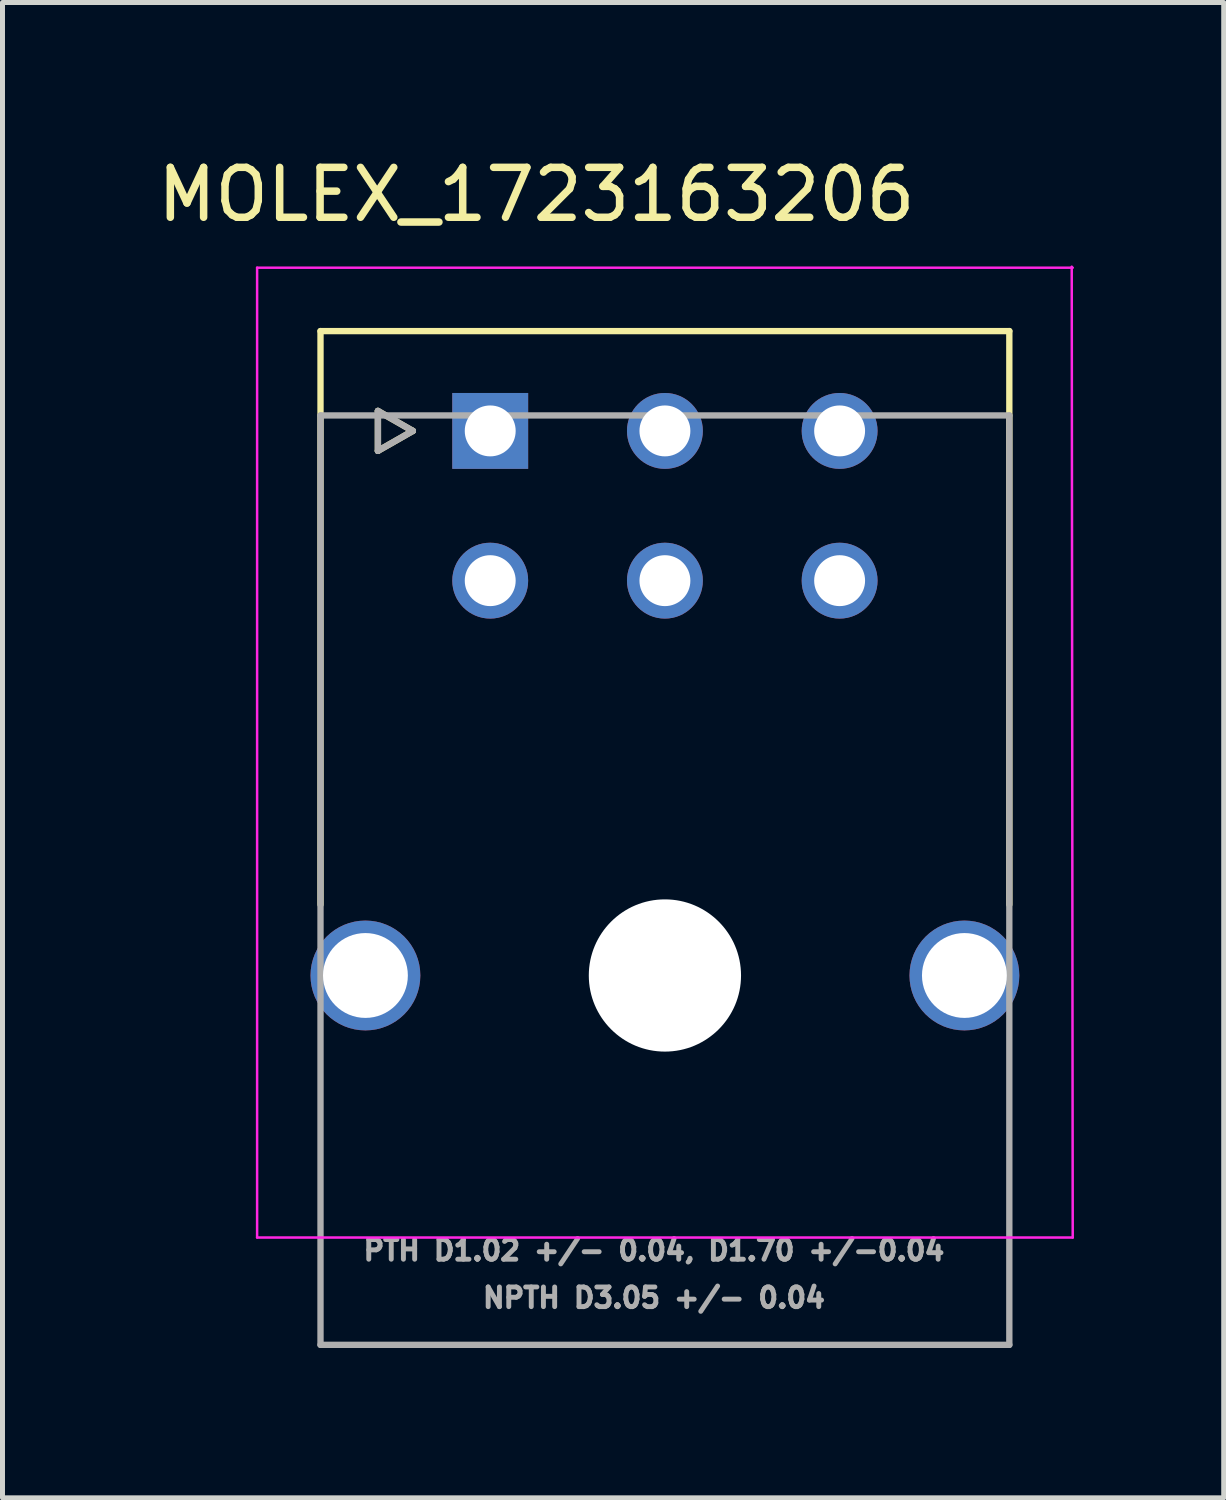
<source format=kicad_pcb>
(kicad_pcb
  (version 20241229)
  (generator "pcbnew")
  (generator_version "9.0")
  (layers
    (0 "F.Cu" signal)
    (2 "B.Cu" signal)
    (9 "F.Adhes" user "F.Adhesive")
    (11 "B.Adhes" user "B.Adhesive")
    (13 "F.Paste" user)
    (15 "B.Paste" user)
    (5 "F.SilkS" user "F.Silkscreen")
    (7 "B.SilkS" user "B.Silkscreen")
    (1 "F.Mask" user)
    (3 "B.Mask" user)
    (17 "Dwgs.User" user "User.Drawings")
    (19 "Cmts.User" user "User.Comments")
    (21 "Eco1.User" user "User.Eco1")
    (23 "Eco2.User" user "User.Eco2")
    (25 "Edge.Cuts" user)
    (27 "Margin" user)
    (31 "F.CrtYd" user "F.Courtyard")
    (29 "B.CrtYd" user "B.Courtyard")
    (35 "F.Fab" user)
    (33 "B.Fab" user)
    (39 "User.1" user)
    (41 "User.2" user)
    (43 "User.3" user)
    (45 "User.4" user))
  (footprint "MOLEX_1723163206"
    (layer "F.Cu")
    (at 6.771 5.583)
    (property "Reference" "MOLEX_1723163206" (at 0.925 -4.735 0) (layer "F.SilkS") (effects (font (size 1 1) (thickness 0.15))))
    (attr through_hole)
    (fp_circle (center -2.5 10.91) (end -1.912 10.91) (stroke (width 1.176) (type solid)) (fill no) (layer "F.Mask"))
    (fp_circle (center 0 3) (end 0.418 3) (stroke (width 0.836) (type solid)) (fill no) (layer "F.Mask"))
    (fp_circle (center 3.5 0) (end 3.918 0) (stroke (width 0.836) (type solid)) (fill no) (layer "F.Mask"))
    (fp_circle (center 3.5 3) (end 3.918 3) (stroke (width 0.836) (type solid)) (fill no) (layer "F.Mask"))
    (fp_circle (center 3.5 10.91) (end 4.301 10.91) (stroke (width 1.601) (type solid)) (fill no) (layer "F.Mask"))
    (fp_circle (center 7 0) (end 7.418 0) (stroke (width 0.836) (type solid)) (fill no) (layer "F.Mask"))
    (fp_circle (center 7 3) (end 7.418 3) (stroke (width 0.836) (type solid)) (fill no) (layer "F.Mask"))
    (fp_circle (center 9.5 10.91) (end 10.088 10.91) (stroke (width 1.176) (type solid)) (fill no) (layer "F.Mask"))
    (fp_poly (pts (xy -0.836 -0.836) (xy 0.836 -0.836) (xy 0.836 0.836) (xy -0.836 0.836)) (stroke (width 0.01) (type solid)) (fill yes) (layer "F.Mask"))
    (fp_circle (center -2.5 10.91) (end -1.912 10.91) (stroke (width 1.176) (type solid)) (fill no) (layer "B.Mask"))
    (fp_circle (center 0 3) (end 0.418 3) (stroke (width 0.836) (type solid)) (fill no) (layer "B.Mask"))
    (fp_circle (center 3.5 0) (end 3.918 0) (stroke (width 0.836) (type solid)) (fill no) (layer "B.Mask"))
    (fp_circle (center 3.5 3) (end 3.918 3) (stroke (width 0.836) (type solid)) (fill no) (layer "B.Mask"))
    (fp_circle (center 3.5 10.91) (end 4.301 10.91) (stroke (width 1.601) (type solid)) (fill no) (layer "B.Mask"))
    (fp_circle (center 7 0) (end 7.418 0) (stroke (width 0.836) (type solid)) (fill no) (layer "B.Mask"))
    (fp_circle (center 7 3) (end 7.418 3) (stroke (width 0.836) (type solid)) (fill no) (layer "B.Mask"))
    (fp_circle (center 9.5 10.91) (end 10.088 10.91) (stroke (width 1.176) (type solid)) (fill no) (layer "B.Mask"))
    (fp_poly (pts (xy -0.836 -0.836) (xy 0.836 -0.836) (xy 0.836 0.836) (xy -0.836 0.836)) (stroke (width 0.01) (type solid)) (fill yes) (layer "B.Mask"))
    (fp_line (start -3.4 -2) (end 10.4 -2) (stroke (width 0.127) (type solid)) (layer "F.SilkS"))
    (fp_line (start -3.4 9.49) (end -3.4 -2) (stroke (width 0.127) (type solid)) (layer "F.SilkS"))
    (fp_line (start -2.25 -0.4) (end -2.25 0.4) (stroke (width 0.127) (type solid)) (layer "F.SilkS"))
    (fp_line (start -2.25 0.4) (end -1.55 0) (stroke (width 0.127) (type solid)) (layer "F.SilkS"))
    (fp_line (start -1.55 0) (end -2.25 -0.4) (stroke (width 0.127) (type solid)) (layer "F.SilkS"))
    (fp_line (start 10.4 -2) (end 10.4 9.49) (stroke (width 0.127) (type solid)) (layer "F.SilkS"))
    (fp_line (start -4.67 -3.27) (end 11.67 -3.27) (stroke (width 0.05) (type solid)) (layer "F.CrtYd"))
    (fp_line (start -4.67 16.16) (end -4.67 -3.27) (stroke (width 0.05) (type solid)) (layer "F.CrtYd"))
    (fp_line (start -4.67 16.16) (end 11.67 16.16) (stroke (width 0.05) (type solid)) (layer "F.CrtYd"))
    (fp_line (start 11.65 -3.29) (end 11.67 16.16) (stroke (width 0.05) (type solid)) (layer "F.CrtYd"))
    (fp_line (start -3.4 -0.31) (end 10.4 -0.31) (stroke (width 0.127) (type solid)) (layer "F.Fab"))
    (fp_line (start -3.4 18.31) (end -3.4 -0.31) (stroke (width 0.127) (type solid)) (layer "F.Fab"))
    (fp_line (start -2.25 -0.4) (end -2.25 0.4) (stroke (width 0.127) (type solid)) (layer "F.Fab"))
    (fp_line (start -2.25 0.4) (end -1.55 0) (stroke (width 0.127) (type solid)) (layer "F.Fab"))
    (fp_line (start -1.55 0) (end -2.25 -0.4) (stroke (width 0.127) (type solid)) (layer "F.Fab"))
    (fp_line (start 10.4 -0.31) (end 10.4 18.31) (stroke (width 0.127) (type solid)) (layer "F.Fab"))
    (fp_line (start 10.4 18.31) (end -3.4 18.31) (stroke (width 0.127) (type solid)) (layer "F.Fab"))
    (fp_text user "NPTH D3.05 +/- 0.04" (at 3.28 17.367 0) (layer "F.Fab") (effects (font (size 0.394 0.394) (thickness 0.15))))
    (fp_text user "PTH D1.02 +/- 0.04, D1.70 +/-0.04" (at 3.28 16.417 0) (layer "F.Fab") (effects (font (size 0.394 0.394) (thickness 0.15))))
    (pad "" np_thru_hole circle (at 3.5 10.91) (size 3.05 3.05) (drill 3.05) (layers "*.Cu" "*.Mask"))
    (pad "1" thru_hole rect (at 0 0) (size 1.52 1.52) (drill 1.02) (layers "*.Cu"))
    (pad "2" thru_hole circle (at 3.5 0) (size 1.52 1.52) (drill 1.02) (layers "*.Cu"))
    (pad "3" thru_hole circle (at 7 0) (size 1.52 1.52) (drill 1.02) (layers "*.Cu"))
    (pad "4" thru_hole circle (at 0 3) (size 1.52 1.52) (drill 1.02) (layers "*.Cu"))
    (pad "5" thru_hole circle (at 3.5 3) (size 1.52 1.52) (drill 1.02) (layers "*.Cu"))
    (pad "6" thru_hole circle (at 7 3) (size 1.52 1.52) (drill 1.02) (layers "*.Cu"))
    (pad "S1" thru_hole circle (at -2.5 10.91) (size 2.2 2.2) (drill 1.7) (layers "*.Cu"))
    (pad "S2" thru_hole circle (at 9.5 10.91) (size 2.2 2.2) (drill 1.7) (layers "*.Cu")))
  (gr_rect
    (start -3 -3)
    (end 21.466 26.957)
    (stroke (width 0.1) (type default))
    (fill no)
    (layer "Edge.Cuts")))
</source>
